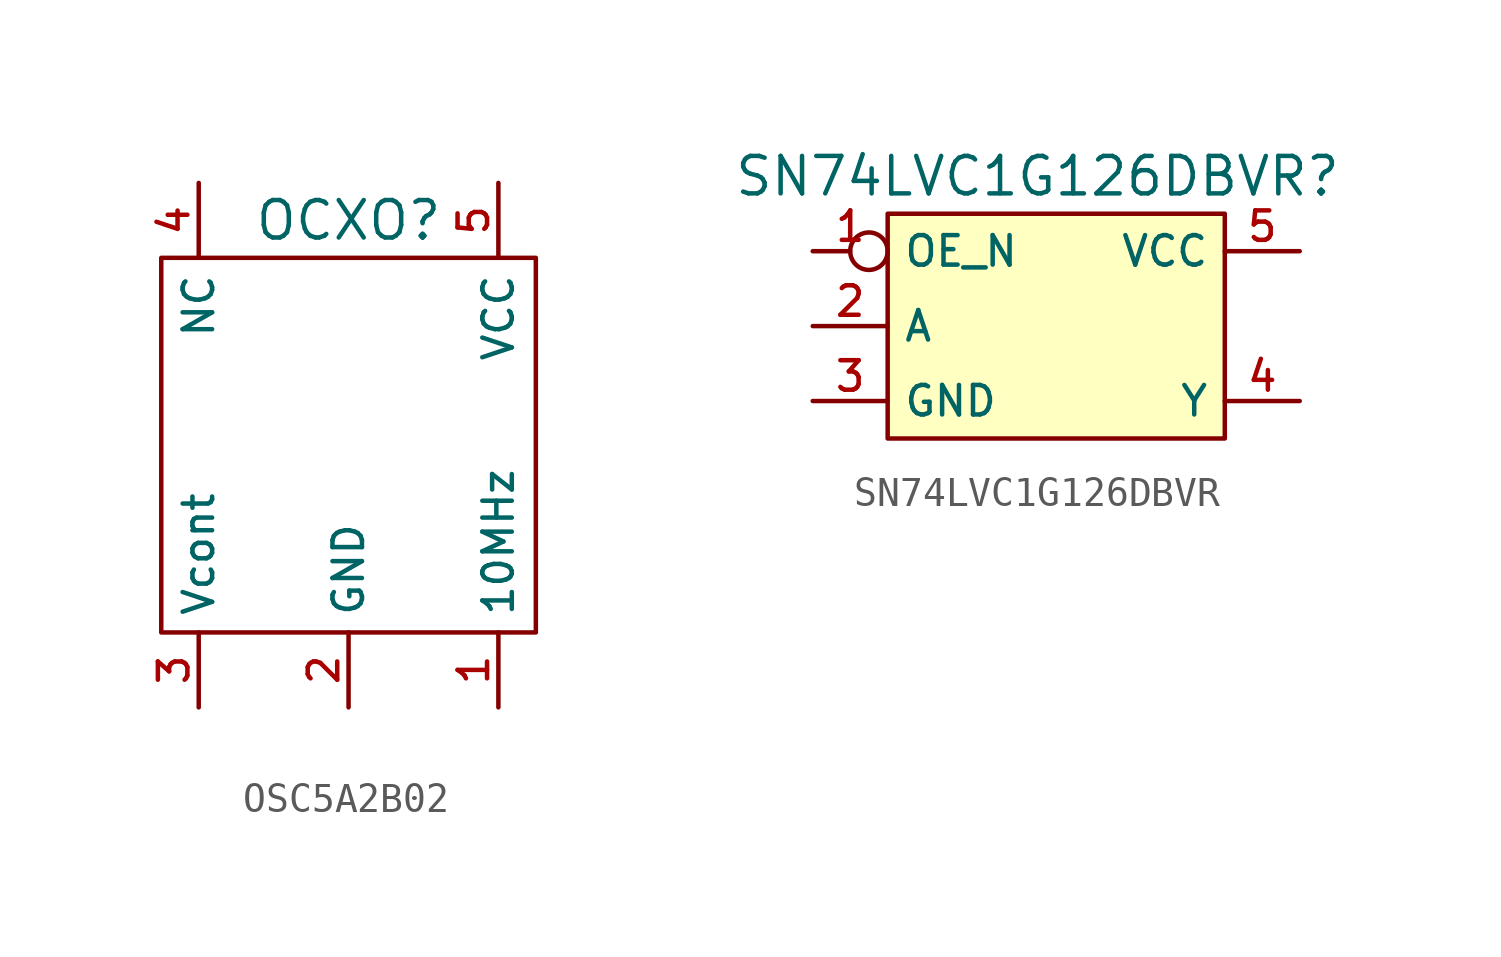
<source format=kicad_sym>
(kicad_symbol_lib
  (version 20220914)
  (generator kicad_symbol_editor)
  (symbol "OSC5A2B02"
    (property "Reference" "OCXO"
      (at 0 7.62 0)
      (effects (font (size 1.27 1.27))))
    (property "Value" ""
      (at 0 0 0)
      (effects (font (size 1.27 1.27))))
    (symbol "OSC5A2B02_0_1"
      (rectangle (start -6.35 6.35) (end 6.35 -6.35) (stroke (width 0) (type default)) (fill (type none))))
    (symbol "OSC5A2B02_1_1"
      (pin output line (at 5.08 -8.89 90) (length 2.54) (name "10MHz" (effects (font (size 1 1)))) (number "1" (effects (font (size 1 1)))))
      (pin input line (at 0 -8.89 90) (length 2.54) (name "GND" (effects (font (size 1 1)))) (number "2" (effects (font (size 1 1)))))
      (pin input line (at -5.08 -8.89 90) (length 2.54) (name "Vcont" (effects (font (size 1 1)))) (number "3" (effects (font (size 1 1)))))
      (pin free line (at -5.08 8.89 270) (length 2.54) (name "NC" (effects (font (size 1 1)))) (number "4" (effects (font (size 1 1)))))
      (pin input line (at 5.08 8.89 270) (length 2.54) (name "VCC" (effects (font (size 1 1)))) (number "5" (effects (font (size 1 1)))))))
  (symbol "SN74LVC1G126DBVR"
    (property "Reference" "SN74LVC1G126DBVR"
      (at 0 5.08 0)
      (effects (font (size 1.27 1.27))))
    (property "Value" ""
      (at 0 0 0)
      (effects (font (size 1.27 1.27))))
    (symbol "SN74LVC1G126DBVR_1_1"
      (rectangle (start -5.08 3.81) (end 6.35 -3.81) (stroke (width 0) (type default)) (fill (type background)))
      (pin input inverted (at -7.62 2.54 0) (length 2.54) (name "OE_N" (effects (font (size 1 1)))) (number "1" (effects (font (size 1 1)))))
      (pin input line (at -7.62 0 0) (length 2.54) (name "A" (effects (font (size 1 1)))) (number "2" (effects (font (size 1 1)))))
      (pin input line (at -7.62 -2.54 0) (length 2.54) (name "GND" (effects (font (size 1 1)))) (number "3" (effects (font (size 1 1)))))
      (pin output line (at 8.89 -2.54 180) (length 2.54) (name "Y" (effects (font (size 1 1)))) (number "4" (effects (font (size 1 1)))))
      (pin input line (at 8.89 2.54 180) (length 2.54) (name "VCC" (effects (font (size 1 1)))) (number "5" (effects (font (size 1 1))))))))
</source>
